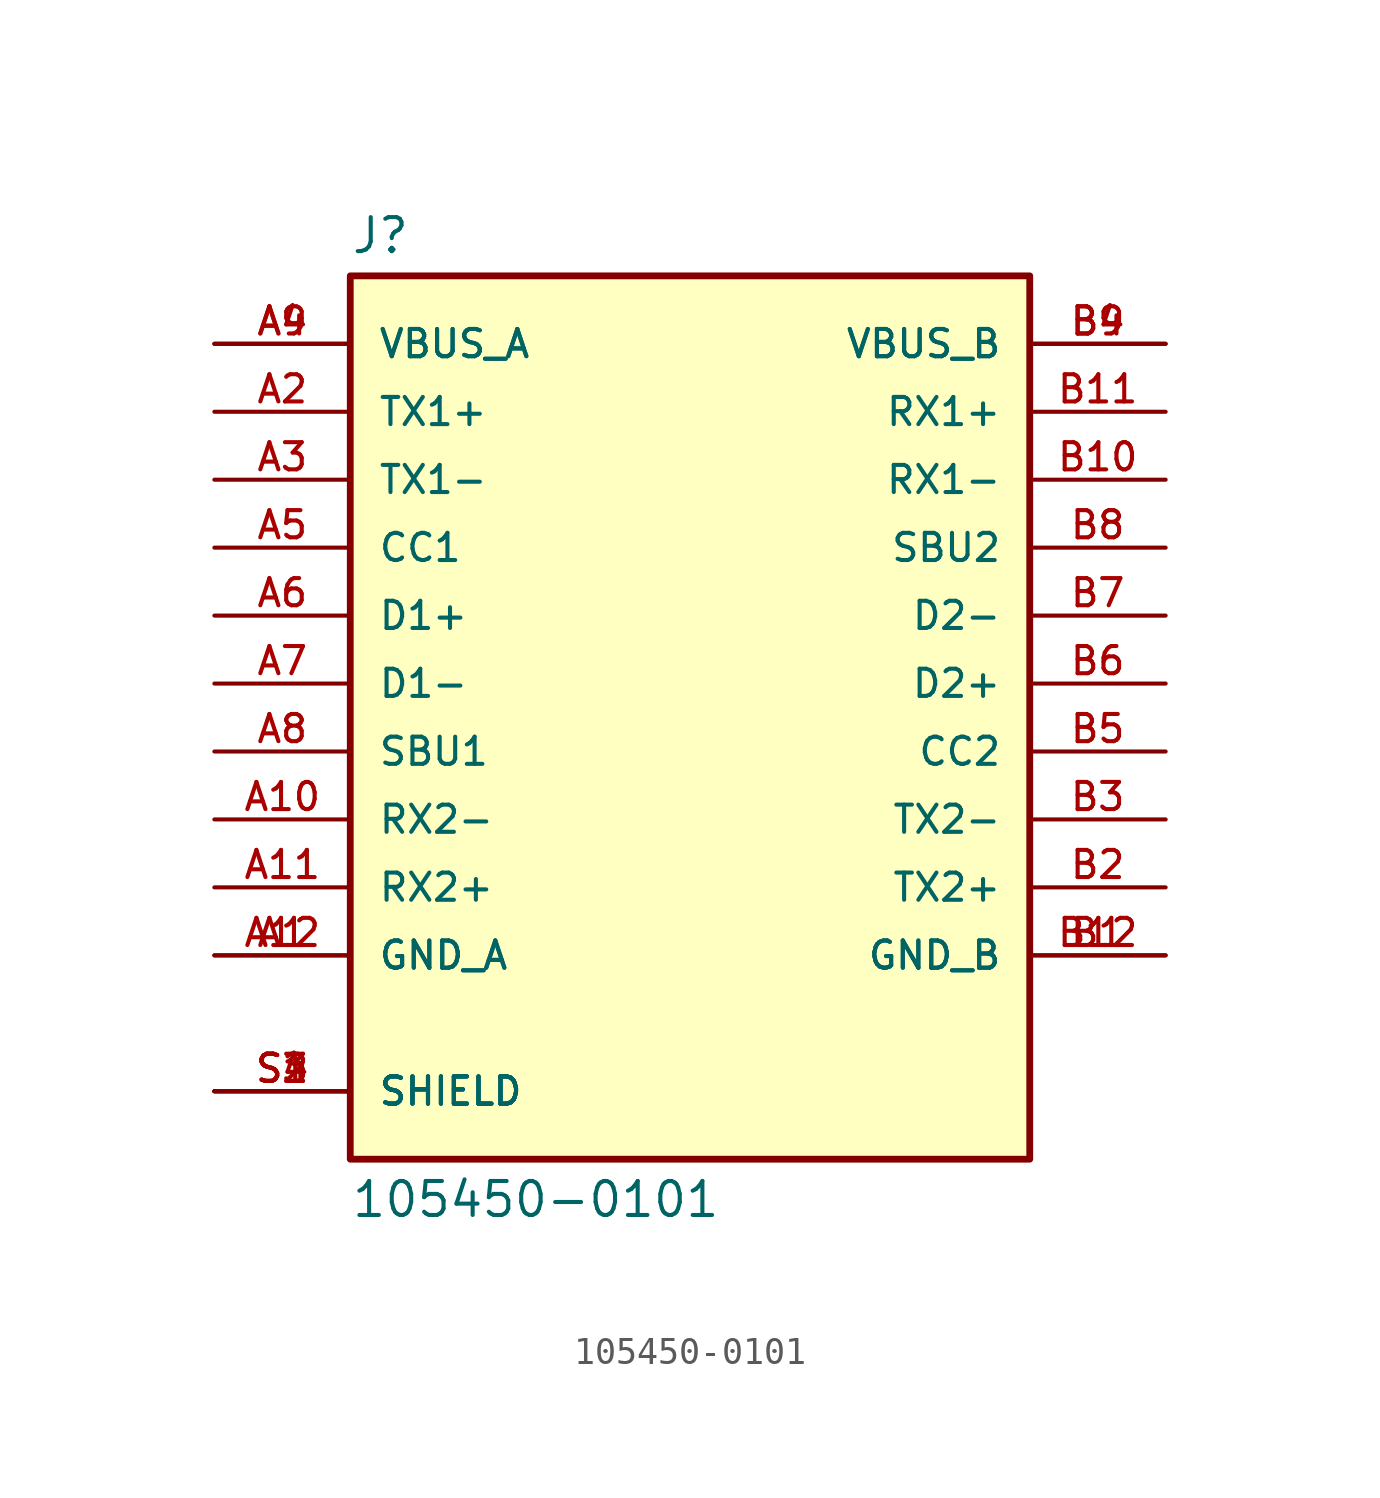
<source format=kicad_sym>
(kicad_symbol_lib
  (version 20211014)
  (generator kicad_symbol_editor)
  (symbol "105450-0101"
    (pin_names
      (offset 1.016))
    (property "Reference" "J"
      (at -12.7 16.002 0)
      (effects (font (size 1.27 1.27)) (justify bottom left)))
    (property "Value" "105450-0101"
      (at -12.7 -18.542 0.0)
      (effects (font (size 1.27 1.27)) (justify top left)))
    (symbol "105450-0101_0_0"
      (rectangle (start -12.7 -17.78) (end 12.7 15.24) (stroke (width 0.254)) (fill (type background)))
      (pin power_in line (at -17.78 -10.16 0) (length 5.08) (name "GND_A" (effects (font (size 1.016 1.016)))) (number "A1" (effects (font (size 1.016 1.016)))))
      (pin power_in line (at -17.78 -10.16 0) (length 5.08) (name "GND_A" (effects (font (size 1.016 1.016)))) (number "A12" (effects (font (size 1.016 1.016)))))
      (pin bidirectional line (at -17.78 7.62 0) (length 5.08) (name "TX1-" (effects (font (size 1.016 1.016)))) (number "A3" (effects (font (size 1.016 1.016)))))
      (pin bidirectional line (at -17.78 10.16 0) (length 5.08) (name "TX1+" (effects (font (size 1.016 1.016)))) (number "A2" (effects (font (size 1.016 1.016)))))
      (pin power_in line (at -17.78 12.7 0) (length 5.08) (name "VBUS_A" (effects (font (size 1.016 1.016)))) (number "A4" (effects (font (size 1.016 1.016)))))
      (pin power_in line (at -17.78 12.7 0) (length 5.08) (name "VBUS_A" (effects (font (size 1.016 1.016)))) (number "A9" (effects (font (size 1.016 1.016)))))
      (pin bidirectional line (at -17.78 2.54 0) (length 5.08) (name "D1+" (effects (font (size 1.016 1.016)))) (number "A6" (effects (font (size 1.016 1.016)))))
      (pin bidirectional line (at -17.78 5.08 0) (length 5.08) (name "CC1" (effects (font (size 1.016 1.016)))) (number "A5" (effects (font (size 1.016 1.016)))))
      (pin bidirectional line (at -17.78 -2.54 0) (length 5.08) (name "SBU1" (effects (font (size 1.016 1.016)))) (number "A8" (effects (font (size 1.016 1.016)))))
      (pin bidirectional line (at -17.78 0.0 0) (length 5.08) (name "D1-" (effects (font (size 1.016 1.016)))) (number "A7" (effects (font (size 1.016 1.016)))))
      (pin bidirectional line (at -17.78 -5.08 0) (length 5.08) (name "RX2-" (effects (font (size 1.016 1.016)))) (number "A10" (effects (font (size 1.016 1.016)))))
      (pin bidirectional line (at -17.78 -7.62 0) (length 5.08) (name "RX2+" (effects (font (size 1.016 1.016)))) (number "A11" (effects (font (size 1.016 1.016)))))
      (pin passive line (at -17.78 -15.24 0) (length 5.08) (name "SHIELD" (effects (font (size 1.016 1.016)))) (number "S1" (effects (font (size 1.016 1.016)))))
      (pin passive line (at -17.78 -15.24 0) (length 5.08) (name "SHIELD" (effects (font (size 1.016 1.016)))) (number "S2" (effects (font (size 1.016 1.016)))))
      (pin passive line (at -17.78 -15.24 0) (length 5.08) (name "SHIELD" (effects (font (size 1.016 1.016)))) (number "S3" (effects (font (size 1.016 1.016)))))
      (pin passive line (at -17.78 -15.24 0) (length 5.08) (name "SHIELD" (effects (font (size 1.016 1.016)))) (number "S4" (effects (font (size 1.016 1.016)))))
      (pin power_in line (at 17.78 -10.16 180.0) (length 5.08) (name "GND_B" (effects (font (size 1.016 1.016)))) (number "B1" (effects (font (size 1.016 1.016)))))
      (pin power_in line (at 17.78 -10.16 180.0) (length 5.08) (name "GND_B" (effects (font (size 1.016 1.016)))) (number "B12" (effects (font (size 1.016 1.016)))))
      (pin bidirectional line (at 17.78 -5.08 180.0) (length 5.08) (name "TX2-" (effects (font (size 1.016 1.016)))) (number "B3" (effects (font (size 1.016 1.016)))))
      (pin bidirectional line (at 17.78 -7.62 180.0) (length 5.08) (name "TX2+" (effects (font (size 1.016 1.016)))) (number "B2" (effects (font (size 1.016 1.016)))))
      (pin power_in line (at 17.78 12.7 180.0) (length 5.08) (name "VBUS_B" (effects (font (size 1.016 1.016)))) (number "B4" (effects (font (size 1.016 1.016)))))
      (pin power_in line (at 17.78 12.7 180.0) (length 5.08) (name "VBUS_B" (effects (font (size 1.016 1.016)))) (number "B9" (effects (font (size 1.016 1.016)))))
      (pin bidirectional line (at 17.78 0.0 180.0) (length 5.08) (name "D2+" (effects (font (size 1.016 1.016)))) (number "B6" (effects (font (size 1.016 1.016)))))
      (pin bidirectional line (at 17.78 -2.54 180.0) (length 5.08) (name "CC2" (effects (font (size 1.016 1.016)))) (number "B5" (effects (font (size 1.016 1.016)))))
      (pin bidirectional line (at 17.78 5.08 180.0) (length 5.08) (name "SBU2" (effects (font (size 1.016 1.016)))) (number "B8" (effects (font (size 1.016 1.016)))))
      (pin bidirectional line (at 17.78 2.54 180.0) (length 5.08) (name "D2-" (effects (font (size 1.016 1.016)))) (number "B7" (effects (font (size 1.016 1.016)))))
      (pin bidirectional line (at 17.78 7.62 180.0) (length 5.08) (name "RX1-" (effects (font (size 1.016 1.016)))) (number "B10" (effects (font (size 1.016 1.016)))))
      (pin bidirectional line (at 17.78 10.16 180.0) (length 5.08) (name "RX1+" (effects (font (size 1.016 1.016)))) (number "B11" (effects (font (size 1.016 1.016))))))))
</source>
